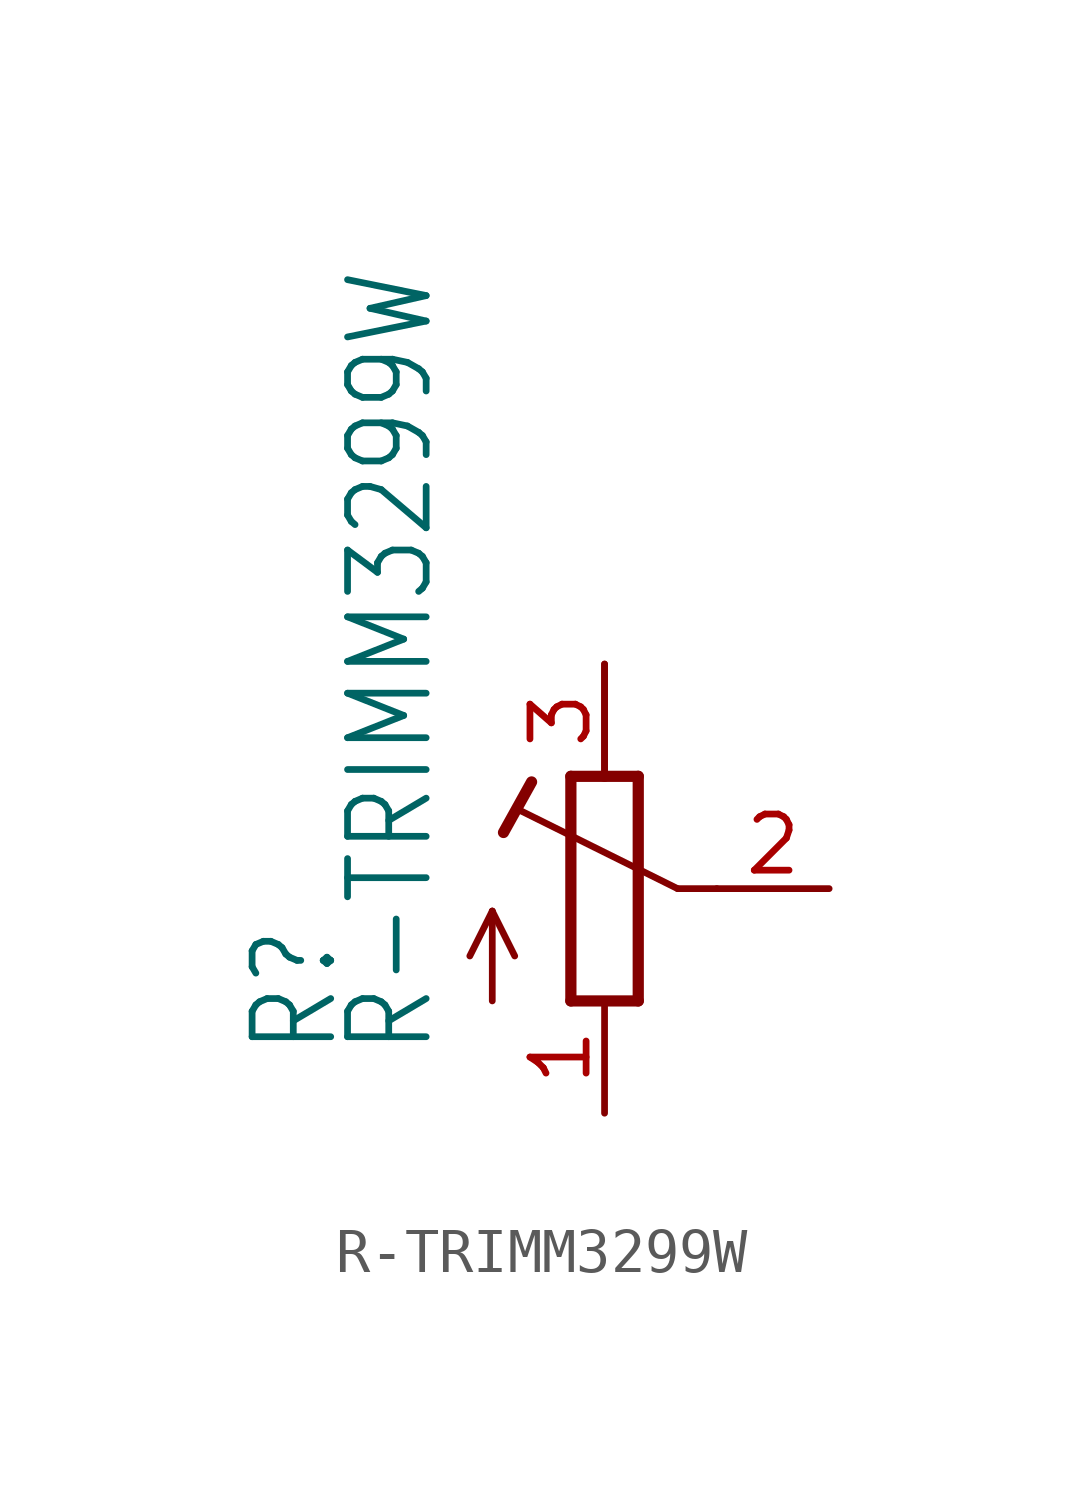
<source format=kicad_sym>
(kicad_symbol_lib
  (version 20211014)
  (generator kicad_symbol_editor)
  (symbol "R-TRIMM3299W"
    (property "Reference" "R"
      (at -5.969 -3.81 90)
      (effects (font (size 1.778 1.511)) (justify left bottom)))
    (property "Value" "R-TRIMM3299W"
      (at -3.81 -3.81 90)
      (effects (font (size 1.778 1.511)) (justify left bottom)))
    (property "ki_locked" ""
      (at 0 0 0)
      (effects (font (size 1.27 1.27))))
    (symbol "R-TRIMM3299W_1_0"
      (polyline (pts (xy -2.54 -2.54) (xy -2.54 -0.508)) (stroke (width 0.152) (type default) (color 0 0 0 0)) (fill (type none)))
      (polyline (pts (xy -2.54 -0.508) (xy -3.048 -1.524)) (stroke (width 0.152) (type default) (color 0 0 0 0)) (fill (type none)))
      (polyline (pts (xy -2.54 -0.508) (xy -2.032 -1.524)) (stroke (width 0.152) (type default) (color 0 0 0 0)) (fill (type none)))
      (polyline (pts (xy -2.286 1.27) (xy -1.651 2.413)) (stroke (width 0.254) (type default) (color 0 0 0 0)) (fill (type none)))
      (polyline (pts (xy -0.762 -2.54) (xy 0.762 -2.54)) (stroke (width 0.254) (type default) (color 0 0 0 0)) (fill (type none)))
      (polyline (pts (xy -0.762 2.54) (xy -0.762 -2.54)) (stroke (width 0.254) (type default) (color 0 0 0 0)) (fill (type none)))
      (polyline (pts (xy 0 2.54) (xy -0.762 2.54)) (stroke (width 0.254) (type default) (color 0 0 0 0)) (fill (type none)))
      (polyline (pts (xy 0 2.54) (xy 0 5.08)) (stroke (width 0.152) (type default) (color 0 0 0 0)) (fill (type none)))
      (polyline (pts (xy 0.762 -2.54) (xy 0.762 2.54)) (stroke (width 0.254) (type default) (color 0 0 0 0)) (fill (type none)))
      (polyline (pts (xy 0.762 2.54) (xy 0 2.54)) (stroke (width 0.254) (type default) (color 0 0 0 0)) (fill (type none)))
      (polyline (pts (xy 1.651 0) (xy -1.88 1.753)) (stroke (width 0.152) (type default) (color 0 0 0 0)) (fill (type none)))
      (polyline (pts (xy 2.54 0) (xy 1.651 0)) (stroke (width 0.152) (type default) (color 0 0 0 0)) (fill (type none)))
      (pin passive line (at 0 -5.08 90) (length 2.54) (name "E" (effects (font (size 0 0)))) (number "1" (effects (font (size 1.27 1.27)))))
      (pin passive line (at 5.08 0 180) (length 2.54) (name "S" (effects (font (size 0 0)))) (number "2" (effects (font (size 1.27 1.27)))))
      (pin passive line (at 0 5.08 270) (length 2.54) (name "A" (effects (font (size 0 0)))) (number "3" (effects (font (size 1.27 1.27))))))))
</source>
